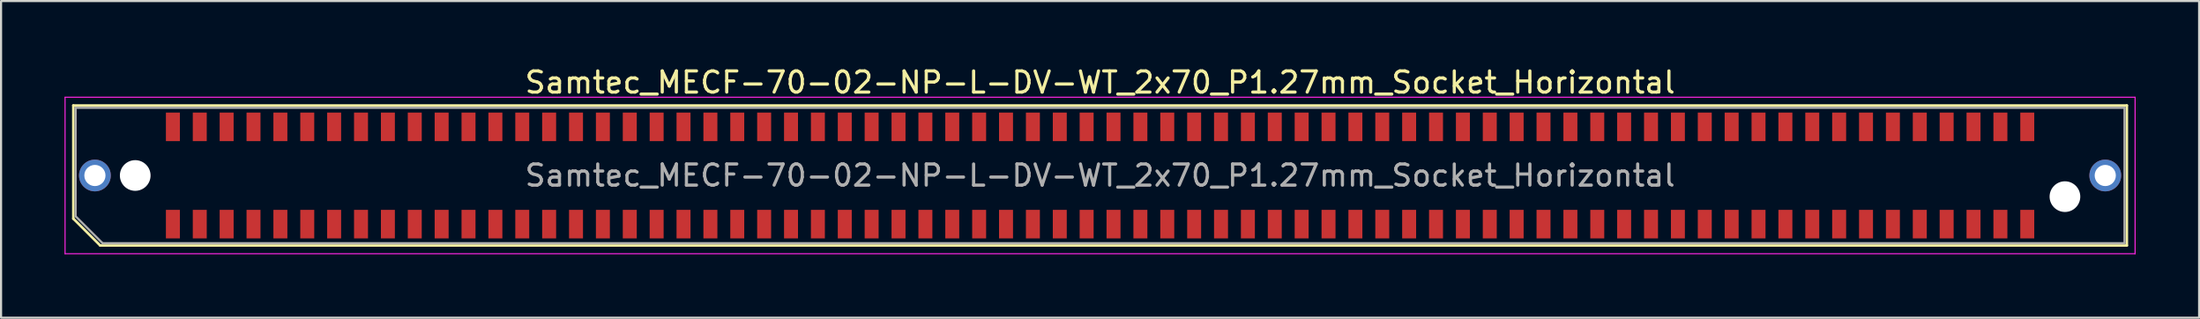
<source format=kicad_pcb>
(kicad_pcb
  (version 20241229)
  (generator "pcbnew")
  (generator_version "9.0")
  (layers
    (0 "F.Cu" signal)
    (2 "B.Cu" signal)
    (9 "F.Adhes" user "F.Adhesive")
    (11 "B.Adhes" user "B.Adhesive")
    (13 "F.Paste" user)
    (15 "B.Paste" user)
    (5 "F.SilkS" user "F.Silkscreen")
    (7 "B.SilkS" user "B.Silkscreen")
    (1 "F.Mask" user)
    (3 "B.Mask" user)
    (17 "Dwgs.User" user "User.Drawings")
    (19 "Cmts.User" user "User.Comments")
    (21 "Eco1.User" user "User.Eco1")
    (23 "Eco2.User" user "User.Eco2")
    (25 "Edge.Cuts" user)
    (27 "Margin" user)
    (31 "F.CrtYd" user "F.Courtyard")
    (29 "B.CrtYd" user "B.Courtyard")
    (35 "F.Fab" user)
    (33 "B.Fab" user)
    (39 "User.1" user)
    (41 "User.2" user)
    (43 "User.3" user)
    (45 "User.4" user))
  (footprint "Samtec_MECF-70-02-NP-L-DV-WT_2x70_P1.27mm_Socket_Horizontal"
    (layer "F.Cu")
    (at 48.935 5.248)
    (property "Reference" "Samtec_MECF-70-02-NP-L-DV-WT_2x70_P1.27mm_Socket_Horizontal" (at 0 -4.4 0) (layer "F.SilkS") (effects (font (size 1 1) (thickness 0.15))))
    (attr smd)
    (fp_line (start -48.52 -3.31) (end 48.52 -3.31) (stroke (width 0.12) (type solid)) (layer "F.SilkS"))
    (fp_line (start -48.52 2.04) (end -48.52 -3.31) (stroke (width 0.12) (type solid)) (layer "F.SilkS"))
    (fp_line (start -47.25 3.31) (end -48.52 2.04) (stroke (width 0.12) (type solid)) (layer "F.SilkS"))
    (fp_line (start -47.25 3.31) (end 48.52 3.31) (stroke (width 0.12) (type solid)) (layer "F.SilkS"))
    (fp_line (start 48.52 3.31) (end 48.52 -3.31) (stroke (width 0.12) (type solid)) (layer "F.SilkS"))
    (fp_line (start -48.91 -3.7) (end -48.91 3.7) (stroke (width 0.05) (type solid)) (layer "F.CrtYd"))
    (fp_line (start -48.91 3.7) (end 48.91 3.7) (stroke (width 0.05) (type solid)) (layer "F.CrtYd"))
    (fp_line (start 48.91 -3.7) (end -48.91 -3.7) (stroke (width 0.05) (type solid)) (layer "F.CrtYd"))
    (fp_line (start 48.91 3.7) (end 48.91 -3.7) (stroke (width 0.05) (type solid)) (layer "F.CrtYd"))
    (fp_line (start -48.41 -3.2) (end 48.41 -3.2) (stroke (width 0.1) (type solid)) (layer "F.Fab"))
    (fp_line (start -48.41 1.93) (end -48.41 -3.2) (stroke (width 0.1) (type solid)) (layer "F.Fab"))
    (fp_line (start -48.41 1.93) (end -47.14 3.2) (stroke (width 0.1) (type solid)) (layer "F.Fab"))
    (fp_line (start -47.14 3.2) (end 48.41 3.2) (stroke (width 0.1) (type solid)) (layer "F.Fab"))
    (fp_line (start 48.41 3.2) (end 48.41 -3.2) (stroke (width 0.1) (type solid)) (layer "F.Fab"))
    (fp_text user "${REFERENCE}" (at 0 0 0) (layer "F.Fab") (effects (font (size 1 1) (thickness 0.15))))
    (pad "" thru_hole circle (at -47.5 0) (size 1.5 1.5) (drill 1) (layers "*.Cu" "*.Mask"))
    (pad "" np_thru_hole circle (at -45.595 0) (size 1.45 1.45) (drill 1.45) (layers "*.Cu" "*.Mask"))
    (pad "" np_thru_hole circle (at 45.595 1) (size 1.45 1.45) (drill 1.45) (layers "*.Cu" "*.Mask"))
    (pad "" thru_hole circle (at 47.5 0) (size 1.5 1.5) (drill 1) (layers "*.Cu" "*.Mask"))
    (pad "1" smd rect (at -43.815 2.3) (size 0.66 1.35) (layers "F.Cu" "F.Mask" "F.Paste"))
    (pad "2" smd rect (at -43.815 -2.3) (size 0.66 1.35) (layers "F.Cu" "F.Mask" "F.Paste"))
    (pad "3" smd rect (at -42.545 2.3) (size 0.66 1.35) (layers "F.Cu" "F.Mask" "F.Paste"))
    (pad "4" smd rect (at -42.545 -2.3) (size 0.66 1.35) (layers "F.Cu" "F.Mask" "F.Paste"))
    (pad "5" smd rect (at -41.275 2.3) (size 0.66 1.35) (layers "F.Cu" "F.Mask" "F.Paste"))
    (pad "6" smd rect (at -41.275 -2.3) (size 0.66 1.35) (layers "F.Cu" "F.Mask" "F.Paste"))
    (pad "7" smd rect (at -40.005 2.3) (size 0.66 1.35) (layers "F.Cu" "F.Mask" "F.Paste"))
    (pad "8" smd rect (at -40.005 -2.3) (size 0.66 1.35) (layers "F.Cu" "F.Mask" "F.Paste"))
    (pad "9" smd rect (at -38.735 2.3) (size 0.66 1.35) (layers "F.Cu" "F.Mask" "F.Paste"))
    (pad "10" smd rect (at -38.735 -2.3) (size 0.66 1.35) (layers "F.Cu" "F.Mask" "F.Paste"))
    (pad "11" smd rect (at -37.465 2.3) (size 0.66 1.35) (layers "F.Cu" "F.Mask" "F.Paste"))
    (pad "12" smd rect (at -37.465 -2.3) (size 0.66 1.35) (layers "F.Cu" "F.Mask" "F.Paste"))
    (pad "13" smd rect (at -36.195 2.3) (size 0.66 1.35) (layers "F.Cu" "F.Mask" "F.Paste"))
    (pad "14" smd rect (at -36.195 -2.3) (size 0.66 1.35) (layers "F.Cu" "F.Mask" "F.Paste"))
    (pad "15" smd rect (at -34.925 2.3) (size 0.66 1.35) (layers "F.Cu" "F.Mask" "F.Paste"))
    (pad "16" smd rect (at -34.925 -2.3) (size 0.66 1.35) (layers "F.Cu" "F.Mask" "F.Paste"))
    (pad "17" smd rect (at -33.655 2.3) (size 0.66 1.35) (layers "F.Cu" "F.Mask" "F.Paste"))
    (pad "18" smd rect (at -33.655 -2.3) (size 0.66 1.35) (layers "F.Cu" "F.Mask" "F.Paste"))
    (pad "19" smd rect (at -32.385 2.3) (size 0.66 1.35) (layers "F.Cu" "F.Mask" "F.Paste"))
    (pad "20" smd rect (at -32.385 -2.3) (size 0.66 1.35) (layers "F.Cu" "F.Mask" "F.Paste"))
    (pad "21" smd rect (at -31.115 2.3) (size 0.66 1.35) (layers "F.Cu" "F.Mask" "F.Paste"))
    (pad "22" smd rect (at -31.115 -2.3) (size 0.66 1.35) (layers "F.Cu" "F.Mask" "F.Paste"))
    (pad "23" smd rect (at -29.845 2.3) (size 0.66 1.35) (layers "F.Cu" "F.Mask" "F.Paste"))
    (pad "24" smd rect (at -29.845 -2.3) (size 0.66 1.35) (layers "F.Cu" "F.Mask" "F.Paste"))
    (pad "25" smd rect (at -28.575 2.3) (size 0.66 1.35) (layers "F.Cu" "F.Mask" "F.Paste"))
    (pad "26" smd rect (at -28.575 -2.3) (size 0.66 1.35) (layers "F.Cu" "F.Mask" "F.Paste"))
    (pad "27" smd rect (at -27.305 2.3) (size 0.66 1.35) (layers "F.Cu" "F.Mask" "F.Paste"))
    (pad "28" smd rect (at -27.305 -2.3) (size 0.66 1.35) (layers "F.Cu" "F.Mask" "F.Paste"))
    (pad "29" smd rect (at -26.035 2.3) (size 0.66 1.35) (layers "F.Cu" "F.Mask" "F.Paste"))
    (pad "30" smd rect (at -26.035 -2.3) (size 0.66 1.35) (layers "F.Cu" "F.Mask" "F.Paste"))
    (pad "31" smd rect (at -24.765 2.3) (size 0.66 1.35) (layers "F.Cu" "F.Mask" "F.Paste"))
    (pad "32" smd rect (at -24.765 -2.3) (size 0.66 1.35) (layers "F.Cu" "F.Mask" "F.Paste"))
    (pad "33" smd rect (at -23.495 2.3) (size 0.66 1.35) (layers "F.Cu" "F.Mask" "F.Paste"))
    (pad "34" smd rect (at -23.495 -2.3) (size 0.66 1.35) (layers "F.Cu" "F.Mask" "F.Paste"))
    (pad "35" smd rect (at -22.225 2.3) (size 0.66 1.35) (layers "F.Cu" "F.Mask" "F.Paste"))
    (pad "36" smd rect (at -22.225 -2.3) (size 0.66 1.35) (layers "F.Cu" "F.Mask" "F.Paste"))
    (pad "37" smd rect (at -20.955 2.3) (size 0.66 1.35) (layers "F.Cu" "F.Mask" "F.Paste"))
    (pad "38" smd rect (at -20.955 -2.3) (size 0.66 1.35) (layers "F.Cu" "F.Mask" "F.Paste"))
    (pad "39" smd rect (at -19.685 2.3) (size 0.66 1.35) (layers "F.Cu" "F.Mask" "F.Paste"))
    (pad "40" smd rect (at -19.685 -2.3) (size 0.66 1.35) (layers "F.Cu" "F.Mask" "F.Paste"))
    (pad "41" smd rect (at -18.415 2.3) (size 0.66 1.35) (layers "F.Cu" "F.Mask" "F.Paste"))
    (pad "42" smd rect (at -18.415 -2.3) (size 0.66 1.35) (layers "F.Cu" "F.Mask" "F.Paste"))
    (pad "43" smd rect (at -17.145 2.3) (size 0.66 1.35) (layers "F.Cu" "F.Mask" "F.Paste"))
    (pad "44" smd rect (at -17.145 -2.3) (size 0.66 1.35) (layers "F.Cu" "F.Mask" "F.Paste"))
    (pad "45" smd rect (at -15.875 2.3) (size 0.66 1.35) (layers "F.Cu" "F.Mask" "F.Paste"))
    (pad "46" smd rect (at -15.875 -2.3) (size 0.66 1.35) (layers "F.Cu" "F.Mask" "F.Paste"))
    (pad "47" smd rect (at -14.605 2.3) (size 0.66 1.35) (layers "F.Cu" "F.Mask" "F.Paste"))
    (pad "48" smd rect (at -14.605 -2.3) (size 0.66 1.35) (layers "F.Cu" "F.Mask" "F.Paste"))
    (pad "49" smd rect (at -13.335 2.3) (size 0.66 1.35) (layers "F.Cu" "F.Mask" "F.Paste"))
    (pad "50" smd rect (at -13.335 -2.3) (size 0.66 1.35) (layers "F.Cu" "F.Mask" "F.Paste"))
    (pad "51" smd rect (at -12.065 2.3) (size 0.66 1.35) (layers "F.Cu" "F.Mask" "F.Paste"))
    (pad "52" smd rect (at -12.065 -2.3) (size 0.66 1.35) (layers "F.Cu" "F.Mask" "F.Paste"))
    (pad "53" smd rect (at -10.795 2.3) (size 0.66 1.35) (layers "F.Cu" "F.Mask" "F.Paste"))
    (pad "54" smd rect (at -10.795 -2.3) (size 0.66 1.35) (layers "F.Cu" "F.Mask" "F.Paste"))
    (pad "55" smd rect (at -9.525 2.3) (size 0.66 1.35) (layers "F.Cu" "F.Mask" "F.Paste"))
    (pad "56" smd rect (at -9.525 -2.3) (size 0.66 1.35) (layers "F.Cu" "F.Mask" "F.Paste"))
    (pad "57" smd rect (at -8.255 2.3) (size 0.66 1.35) (layers "F.Cu" "F.Mask" "F.Paste"))
    (pad "58" smd rect (at -8.255 -2.3) (size 0.66 1.35) (layers "F.Cu" "F.Mask" "F.Paste"))
    (pad "59" smd rect (at -6.985 2.3) (size 0.66 1.35) (layers "F.Cu" "F.Mask" "F.Paste"))
    (pad "60" smd rect (at -6.985 -2.3) (size 0.66 1.35) (layers "F.Cu" "F.Mask" "F.Paste"))
    (pad "61" smd rect (at -5.715 2.3) (size 0.66 1.35) (layers "F.Cu" "F.Mask" "F.Paste"))
    (pad "62" smd rect (at -5.715 -2.3) (size 0.66 1.35) (layers "F.Cu" "F.Mask" "F.Paste"))
    (pad "63" smd rect (at -4.445 2.3) (size 0.66 1.35) (layers "F.Cu" "F.Mask" "F.Paste"))
    (pad "64" smd rect (at -4.445 -2.3) (size 0.66 1.35) (layers "F.Cu" "F.Mask" "F.Paste"))
    (pad "65" smd rect (at -3.175 2.3) (size 0.66 1.35) (layers "F.Cu" "F.Mask" "F.Paste"))
    (pad "66" smd rect (at -3.175 -2.3) (size 0.66 1.35) (layers "F.Cu" "F.Mask" "F.Paste"))
    (pad "67" smd rect (at -1.905 2.3) (size 0.66 1.35) (layers "F.Cu" "F.Mask" "F.Paste"))
    (pad "68" smd rect (at -1.905 -2.3) (size 0.66 1.35) (layers "F.Cu" "F.Mask" "F.Paste"))
    (pad "69" smd rect (at -0.635 2.3) (size 0.66 1.35) (layers "F.Cu" "F.Mask" "F.Paste"))
    (pad "70" smd rect (at -0.635 -2.3) (size 0.66 1.35) (layers "F.Cu" "F.Mask" "F.Paste"))
    (pad "71" smd rect (at 0.635 2.3) (size 0.66 1.35) (layers "F.Cu" "F.Mask" "F.Paste"))
    (pad "72" smd rect (at 0.635 -2.3) (size 0.66 1.35) (layers "F.Cu" "F.Mask" "F.Paste"))
    (pad "73" smd rect (at 1.905 2.3) (size 0.66 1.35) (layers "F.Cu" "F.Mask" "F.Paste"))
    (pad "74" smd rect (at 1.905 -2.3) (size 0.66 1.35) (layers "F.Cu" "F.Mask" "F.Paste"))
    (pad "75" smd rect (at 3.175 2.3) (size 0.66 1.35) (layers "F.Cu" "F.Mask" "F.Paste"))
    (pad "76" smd rect (at 3.175 -2.3) (size 0.66 1.35) (layers "F.Cu" "F.Mask" "F.Paste"))
    (pad "77" smd rect (at 4.445 2.3) (size 0.66 1.35) (layers "F.Cu" "F.Mask" "F.Paste"))
    (pad "78" smd rect (at 4.445 -2.3) (size 0.66 1.35) (layers "F.Cu" "F.Mask" "F.Paste"))
    (pad "79" smd rect (at 5.715 2.3) (size 0.66 1.35) (layers "F.Cu" "F.Mask" "F.Paste"))
    (pad "80" smd rect (at 5.715 -2.3) (size 0.66 1.35) (layers "F.Cu" "F.Mask" "F.Paste"))
    (pad "81" smd rect (at 6.985 2.3) (size 0.66 1.35) (layers "F.Cu" "F.Mask" "F.Paste"))
    (pad "82" smd rect (at 6.985 -2.3) (size 0.66 1.35) (layers "F.Cu" "F.Mask" "F.Paste"))
    (pad "83" smd rect (at 8.255 2.3) (size 0.66 1.35) (layers "F.Cu" "F.Mask" "F.Paste"))
    (pad "84" smd rect (at 8.255 -2.3) (size 0.66 1.35) (layers "F.Cu" "F.Mask" "F.Paste"))
    (pad "85" smd rect (at 9.525 2.3) (size 0.66 1.35) (layers "F.Cu" "F.Mask" "F.Paste"))
    (pad "86" smd rect (at 9.525 -2.3) (size 0.66 1.35) (layers "F.Cu" "F.Mask" "F.Paste"))
    (pad "87" smd rect (at 10.795 2.3) (size 0.66 1.35) (layers "F.Cu" "F.Mask" "F.Paste"))
    (pad "88" smd rect (at 10.795 -2.3) (size 0.66 1.35) (layers "F.Cu" "F.Mask" "F.Paste"))
    (pad "89" smd rect (at 12.065 2.3) (size 0.66 1.35) (layers "F.Cu" "F.Mask" "F.Paste"))
    (pad "90" smd rect (at 12.065 -2.3) (size 0.66 1.35) (layers "F.Cu" "F.Mask" "F.Paste"))
    (pad "91" smd rect (at 13.335 2.3) (size 0.66 1.35) (layers "F.Cu" "F.Mask" "F.Paste"))
    (pad "92" smd rect (at 13.335 -2.3) (size 0.66 1.35) (layers "F.Cu" "F.Mask" "F.Paste"))
    (pad "93" smd rect (at 14.605 2.3) (size 0.66 1.35) (layers "F.Cu" "F.Mask" "F.Paste"))
    (pad "94" smd rect (at 14.605 -2.3) (size 0.66 1.35) (layers "F.Cu" "F.Mask" "F.Paste"))
    (pad "95" smd rect (at 15.875 2.3) (size 0.66 1.35) (layers "F.Cu" "F.Mask" "F.Paste"))
    (pad "96" smd rect (at 15.875 -2.3) (size 0.66 1.35) (layers "F.Cu" "F.Mask" "F.Paste"))
    (pad "97" smd rect (at 17.145 2.3) (size 0.66 1.35) (layers "F.Cu" "F.Mask" "F.Paste"))
    (pad "98" smd rect (at 17.145 -2.3) (size 0.66 1.35) (layers "F.Cu" "F.Mask" "F.Paste"))
    (pad "99" smd rect (at 18.415 2.3) (size 0.66 1.35) (layers "F.Cu" "F.Mask" "F.Paste"))
    (pad "100" smd rect (at 18.415 -2.3) (size 0.66 1.35) (layers "F.Cu" "F.Mask" "F.Paste"))
    (pad "101" smd rect (at 19.685 2.3) (size 0.66 1.35) (layers "F.Cu" "F.Mask" "F.Paste"))
    (pad "102" smd rect (at 19.685 -2.3) (size 0.66 1.35) (layers "F.Cu" "F.Mask" "F.Paste"))
    (pad "103" smd rect (at 20.955 2.3) (size 0.66 1.35) (layers "F.Cu" "F.Mask" "F.Paste"))
    (pad "104" smd rect (at 20.955 -2.3) (size 0.66 1.35) (layers "F.Cu" "F.Mask" "F.Paste"))
    (pad "105" smd rect (at 22.225 2.3) (size 0.66 1.35) (layers "F.Cu" "F.Mask" "F.Paste"))
    (pad "106" smd rect (at 22.225 -2.3) (size 0.66 1.35) (layers "F.Cu" "F.Mask" "F.Paste"))
    (pad "107" smd rect (at 23.495 2.3) (size 0.66 1.35) (layers "F.Cu" "F.Mask" "F.Paste"))
    (pad "108" smd rect (at 23.495 -2.3) (size 0.66 1.35) (layers "F.Cu" "F.Mask" "F.Paste"))
    (pad "109" smd rect (at 24.765 2.3) (size 0.66 1.35) (layers "F.Cu" "F.Mask" "F.Paste"))
    (pad "110" smd rect (at 24.765 -2.3) (size 0.66 1.35) (layers "F.Cu" "F.Mask" "F.Paste"))
    (pad "111" smd rect (at 26.035 2.3) (size 0.66 1.35) (layers "F.Cu" "F.Mask" "F.Paste"))
    (pad "112" smd rect (at 26.035 -2.3) (size 0.66 1.35) (layers "F.Cu" "F.Mask" "F.Paste"))
    (pad "113" smd rect (at 27.305 2.3) (size 0.66 1.35) (layers "F.Cu" "F.Mask" "F.Paste"))
    (pad "114" smd rect (at 27.305 -2.3) (size 0.66 1.35) (layers "F.Cu" "F.Mask" "F.Paste"))
    (pad "115" smd rect (at 28.575 2.3) (size 0.66 1.35) (layers "F.Cu" "F.Mask" "F.Paste"))
    (pad "116" smd rect (at 28.575 -2.3) (size 0.66 1.35) (layers "F.Cu" "F.Mask" "F.Paste"))
    (pad "117" smd rect (at 29.845 2.3) (size 0.66 1.35) (layers "F.Cu" "F.Mask" "F.Paste"))
    (pad "118" smd rect (at 29.845 -2.3) (size 0.66 1.35) (layers "F.Cu" "F.Mask" "F.Paste"))
    (pad "119" smd rect (at 31.115 2.3) (size 0.66 1.35) (layers "F.Cu" "F.Mask" "F.Paste"))
    (pad "120" smd rect (at 31.115 -2.3) (size 0.66 1.35) (layers "F.Cu" "F.Mask" "F.Paste"))
    (pad "121" smd rect (at 32.385 2.3) (size 0.66 1.35) (layers "F.Cu" "F.Mask" "F.Paste"))
    (pad "122" smd rect (at 32.385 -2.3) (size 0.66 1.35) (layers "F.Cu" "F.Mask" "F.Paste"))
    (pad "123" smd rect (at 33.655 2.3) (size 0.66 1.35) (layers "F.Cu" "F.Mask" "F.Paste"))
    (pad "124" smd rect (at 33.655 -2.3) (size 0.66 1.35) (layers "F.Cu" "F.Mask" "F.Paste"))
    (pad "125" smd rect (at 34.925 2.3) (size 0.66 1.35) (layers "F.Cu" "F.Mask" "F.Paste"))
    (pad "126" smd rect (at 34.925 -2.3) (size 0.66 1.35) (layers "F.Cu" "F.Mask" "F.Paste"))
    (pad "127" smd rect (at 36.195 2.3) (size 0.66 1.35) (layers "F.Cu" "F.Mask" "F.Paste"))
    (pad "128" smd rect (at 36.195 -2.3) (size 0.66 1.35) (layers "F.Cu" "F.Mask" "F.Paste"))
    (pad "129" smd rect (at 37.465 2.3) (size 0.66 1.35) (layers "F.Cu" "F.Mask" "F.Paste"))
    (pad "130" smd rect (at 37.465 -2.3) (size 0.66 1.35) (layers "F.Cu" "F.Mask" "F.Paste"))
    (pad "131" smd rect (at 38.735 2.3) (size 0.66 1.35) (layers "F.Cu" "F.Mask" "F.Paste"))
    (pad "132" smd rect (at 38.735 -2.3) (size 0.66 1.35) (layers "F.Cu" "F.Mask" "F.Paste"))
    (pad "133" smd rect (at 40.005 2.3) (size 0.66 1.35) (layers "F.Cu" "F.Mask" "F.Paste"))
    (pad "134" smd rect (at 40.005 -2.3) (size 0.66 1.35) (layers "F.Cu" "F.Mask" "F.Paste"))
    (pad "135" smd rect (at 41.275 2.3) (size 0.66 1.35) (layers "F.Cu" "F.Mask" "F.Paste"))
    (pad "136" smd rect (at 41.275 -2.3) (size 0.66 1.35) (layers "F.Cu" "F.Mask" "F.Paste"))
    (pad "137" smd rect (at 42.545 2.3) (size 0.66 1.35) (layers "F.Cu" "F.Mask" "F.Paste"))
    (pad "138" smd rect (at 42.545 -2.3) (size 0.66 1.35) (layers "F.Cu" "F.Mask" "F.Paste"))
    (pad "139" smd rect (at 43.815 2.3) (size 0.66 1.35) (layers "F.Cu" "F.Mask" "F.Paste"))
    (pad "140" smd rect (at 43.815 -2.3) (size 0.66 1.35) (layers "F.Cu" "F.Mask" "F.Paste")))
  (gr_rect
    (start -3 -3)
    (end 100.87 11.973)
    (stroke (width 0.1) (type default))
    (fill no)
    (layer "Edge.Cuts")))
</source>
